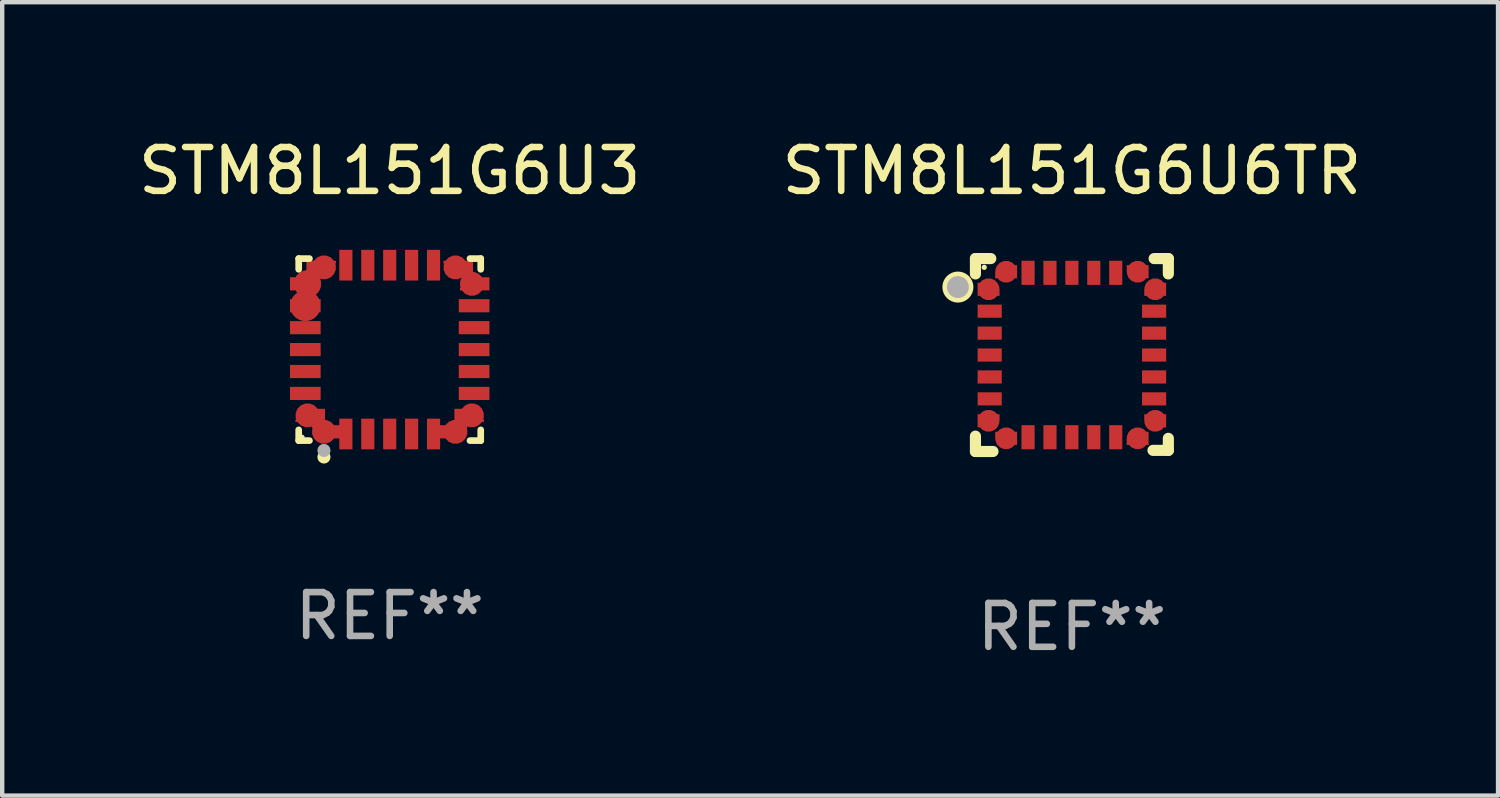
<source format=kicad_pcb>
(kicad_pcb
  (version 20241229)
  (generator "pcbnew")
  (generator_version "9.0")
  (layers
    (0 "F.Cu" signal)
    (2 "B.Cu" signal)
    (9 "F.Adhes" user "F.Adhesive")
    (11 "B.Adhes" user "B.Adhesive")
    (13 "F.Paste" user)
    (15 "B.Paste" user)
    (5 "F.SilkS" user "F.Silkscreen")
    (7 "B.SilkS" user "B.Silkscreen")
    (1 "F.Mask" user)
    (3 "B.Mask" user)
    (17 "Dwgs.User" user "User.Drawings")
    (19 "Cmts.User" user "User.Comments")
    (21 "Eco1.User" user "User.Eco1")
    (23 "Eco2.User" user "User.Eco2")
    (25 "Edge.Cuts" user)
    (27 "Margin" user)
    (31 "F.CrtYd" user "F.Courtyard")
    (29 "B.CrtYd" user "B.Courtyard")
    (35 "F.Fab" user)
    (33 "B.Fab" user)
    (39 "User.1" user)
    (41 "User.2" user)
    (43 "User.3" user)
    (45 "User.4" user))
  (footprint "STM8L151G6U3"
    (layer "F.Cu")
    (at 5.839 4.924)
    (property "Reference" "STM8L151G6U3" (at 0 -4.076 0) (layer "F.SilkS") (effects (font (size 1 1) (thickness 0.15))))
    (attr through_hole)
    (fp_line (start -2.076 -2.076) (end -1.831 -2.076) (stroke (width 0.152) (type solid)) (layer "F.SilkS"))
    (fp_line (start -2.076 -1.831) (end -2.076 -2.076) (stroke (width 0.152) (type solid)) (layer "F.SilkS"))
    (fp_line (start -2.076 1.831) (end -2.076 2.076) (stroke (width 0.152) (type solid)) (layer "F.SilkS"))
    (fp_line (start -2.076 2.076) (end -1.831 2.076) (stroke (width 0.152) (type solid)) (layer "F.SilkS"))
    (fp_line (start 2.076 -2.076) (end 1.831 -2.076) (stroke (width 0.152) (type solid)) (layer "F.SilkS"))
    (fp_line (start 2.076 -1.831) (end 2.076 -2.076) (stroke (width 0.152) (type solid)) (layer "F.SilkS"))
    (fp_line (start 2.076 1.831) (end 2.076 2.076) (stroke (width 0.152) (type solid)) (layer "F.SilkS"))
    (fp_line (start 2.076 2.076) (end 1.831 2.076) (stroke (width 0.152) (type solid)) (layer "F.SilkS"))
    (fp_circle (center -2 2) (end -1.97 2) (stroke (width 0.06) (type solid)) (fill no) (layer "F.SilkS"))
    (fp_circle (center -1.5 2.45) (end -1.425 2.45) (stroke (width 0.15) (type solid)) (fill no) (layer "F.SilkS"))
    (fp_circle (center -1.5 2.3) (end -1.425 2.3) (stroke (width 0.15) (type solid)) (fill no) (layer "F.Fab"))
    (fp_text user "REF**" (at 0 6.076 0) (layer "F.Fab") (effects (font (size 1 1) (thickness 0.15))))
    (pad "1" smd custom (at -1.5 1.875 90) (size 0.55 0.3) (layers "F.Cu" "F.Mask" "F.Paste") (options (anchor circle)) (primitives (gr_poly (pts (xy -0.15 -0.025) (xy -0.15 0.4) (xy 0.15 0.4) (xy 0.15 -0.275) (xy 0.1 -0.275)) (width 0) (fill yes))))
    (pad "2" smd rect (at -1 1.925) (size 0.3 0.7) (layers "F.Cu" "F.Mask" "F.Paste"))
    (pad "3" smd rect (at -0.5 1.925) (size 0.3 0.7) (layers "F.Cu" "F.Mask" "F.Paste"))
    (pad "4" smd rect (at 0 1.925) (size 0.3 0.7) (layers "F.Cu" "F.Mask" "F.Paste"))
    (pad "5" smd rect (at 0.5 1.925) (size 0.3 0.7) (layers "F.Cu" "F.Mask" "F.Paste"))
    (pad "6" smd rect (at 1 1.925) (size 0.3 0.7) (layers "F.Cu" "F.Mask" "F.Paste"))
    (pad "7" smd custom (at 1.5 1.875 270) (size 0.55 0.3) (layers "F.Cu" "F.Mask" "F.Paste") (options (anchor circle)) (primitives (gr_poly (pts (xy 0.15 -0.025) (xy 0.15 0.4) (xy -0.15 0.4) (xy -0.15 -0.275) (xy -0.1 -0.275)) (width 0) (fill yes))))
    (pad "8" smd custom (at 1.875 1.5 180) (size 0.55 0.3) (layers "F.Cu" "F.Mask" "F.Paste") (options (anchor circle)) (primitives (gr_poly (pts (xy -0.025 0.15) (xy 0.4 0.15) (xy 0.4 -0.15) (xy -0.275 -0.15) (xy -0.275 -0.1)) (width 0) (fill yes))))
    (pad "9" smd rect (at 1.925 1) (size 0.7 0.3) (layers "F.Cu" "F.Mask" "F.Paste"))
    (pad "10" smd rect (at 1.925 0.5) (size 0.7 0.3) (layers "F.Cu" "F.Mask" "F.Paste"))
    (pad "11" smd rect (at 1.925 0) (size 0.7 0.3) (layers "F.Cu" "F.Mask" "F.Paste"))
    (pad "12" smd rect (at 1.925 -0.5) (size 0.7 0.3) (layers "F.Cu" "F.Mask" "F.Paste"))
    (pad "13" smd rect (at 1.925 -1) (size 0.7 0.3) (layers "F.Cu" "F.Mask" "F.Paste"))
    (pad "14" smd custom (at 1.875 -1.5) (size 0.55 0.3) (layers "F.Cu" "F.Mask" "F.Paste") (options (anchor circle)) (primitives (gr_poly (pts (xy -0.025 -0.15) (xy 0.4 -0.15) (xy 0.4 0.15) (xy -0.275 0.15) (xy -0.275 0.1)) (width 0) (fill yes))))
    (pad "15" smd custom (at 1.5 -1.875 270) (size 0.55 0.3) (layers "F.Cu" "F.Mask" "F.Paste") (options (anchor circle)) (primitives (gr_poly (pts (xy 0.15 0.025) (xy 0.15 -0.4) (xy -0.15 -0.4) (xy -0.15 0.275) (xy -0.1 0.275)) (width 0) (fill yes))))
    (pad "16" smd rect (at 1 -1.925) (size 0.3 0.7) (layers "F.Cu" "F.Mask" "F.Paste"))
    (pad "17" smd rect (at 0.5 -1.925) (size 0.3 0.7) (layers "F.Cu" "F.Mask" "F.Paste"))
    (pad "18" smd rect (at 0 -1.925) (size 0.3 0.7) (layers "F.Cu" "F.Mask" "F.Paste"))
    (pad "19" smd rect (at -0.5 -1.925) (size 0.3 0.7) (layers "F.Cu" "F.Mask" "F.Paste"))
    (pad "20" smd rect (at -1 -1.925) (size 0.3 0.7) (layers "F.Cu" "F.Mask" "F.Paste"))
    (pad "21" smd custom (at -1.5 -1.875 90) (size 0.55 0.3) (layers "F.Cu" "F.Mask" "F.Paste") (options (anchor circle)) (primitives (gr_poly (pts (xy -0.15 0.025) (xy -0.15 -0.4) (xy 0.15 -0.4) (xy 0.15 0.275) (xy 0.1 0.275)) (width 0) (fill yes))))
    (pad "22" smd custom (at -1.875 -1.5) (size 0.625 0.3) (layers "F.Cu" "F.Mask" "F.Paste") (options (anchor circle)) (primitives (gr_poly (pts (xy 0.025 -0.15) (xy -0.4 -0.15) (xy -0.4 0.15) (xy 0.275 0.15) (xy 0.275 0.1)) (width 0) (fill yes))))
    (pad "23" smd custom (at -1.925 -1) (size 0.7 0.3) (layers "F.Cu" "F.Mask" "F.Paste") (options (anchor circle)) (primitives (gr_poly (pts (xy -0.35 -0.15) (xy 0.35 -0.15) (xy 0.35 0.15) (xy -0.35 0.15)) (width 0) (fill yes))))
    (pad "24" smd rect (at -1.925 -0.5) (size 0.7 0.3) (layers "F.Cu" "F.Mask" "F.Paste"))
    (pad "25" smd rect (at -1.925 0) (size 0.7 0.3) (layers "F.Cu" "F.Mask" "F.Paste"))
    (pad "26" smd rect (at -1.925 0.5) (size 0.7 0.3) (layers "F.Cu" "F.Mask" "F.Paste"))
    (pad "27" smd rect (at -1.925 1) (size 0.7 0.3) (layers "F.Cu" "F.Mask" "F.Paste"))
    (pad "28" smd custom (at -1.875 1.5 180) (size 0.55 0.3) (layers "F.Cu" "F.Mask" "F.Paste") (options (anchor circle)) (primitives (gr_poly (pts (xy 0.025 0.15) (xy -0.4 0.15) (xy -0.4 -0.15) (xy 0.275 -0.15) (xy 0.275 -0.1)) (width 0) (fill yes)))))
  (footprint "STM8L151G6U6TR"
    (layer "F.Cu")
    (at 21.399 5.048)
    (property "Reference" "STM8L151G6U6TR" (at 0 -4.2 0) (layer "F.SilkS") (effects (font (size 1 1) (thickness 0.15))))
    (attr through_hole)
    (fp_line (start -2.2 1.85) (end -2.2 2.2) (stroke (width 0.254) (type solid)) (layer "F.SilkS"))
    (fp_line (start -2.2 2.2) (end -1.8 2.2) (stroke (width 0.254) (type solid)) (layer "F.SilkS"))
    (fp_line (start -2.2 -2.2) (end -2.2 -1.85) (stroke (width 0.254) (type solid)) (layer "F.SilkS"))
    (fp_line (start -1.85 -2.2) (end -2.2 -2.2) (stroke (width 0.254) (type solid)) (layer "F.SilkS"))
    (fp_line (start 1.876 -2.2) (end 2.2 -2.2) (stroke (width 0.254) (type solid)) (layer "F.SilkS"))
    (fp_line (start 2.2 -2.2) (end 2.2 -1.85) (stroke (width 0.254) (type solid)) (layer "F.SilkS"))
    (fp_line (start 2.2 1.9) (end 2.2 2.175) (stroke (width 0.254) (type solid)) (layer "F.SilkS"))
    (fp_line (start 2.2 2.175) (end 1.85 2.175) (stroke (width 0.254) (type solid)) (layer "F.SilkS"))
    (fp_circle (center -2.6 -1.55) (end -2.5 -1.55) (stroke (width 0.254) (type solid)) (fill no) (layer "F.SilkS"))
    (fp_circle (center -2 -2) (end -1.97 -2) (stroke (width 0.06) (type solid)) (fill no) (layer "F.SilkS"))
    (fp_circle (center -2.6 -1.55) (end -2.475 -1.55) (stroke (width 0.25) (type solid)) (fill no) (layer "F.Fab"))
    (fp_text user "REF**" (at 0 6.2 0) (layer "F.Fab") (effects (font (size 1 1) (thickness 0.15))))
    (pad "1" smd custom (at -1.9 -1.5) (size 0.5 0.3) (layers "F.Cu" "F.Mask" "F.Paste") (options (anchor circle)) (primitives (gr_poly (pts (xy -0.25 0.15) (xy 0.25 0.15) (xy 0.25 -0.000076) (xy 0.1 -0.15) (xy -0.25 -0.15)) (width 0) (fill yes))))
    (pad "2" smd rect (at -1.875 -1 90) (size 0.3 0.55) (layers "F.Cu" "F.Mask" "F.Paste"))
    (pad "3" smd rect (at -1.875 -0.5 90) (size 0.3 0.55) (layers "F.Cu" "F.Mask" "F.Paste"))
    (pad "4" smd rect (at -1.875 -0.000152 90) (size 0.3 0.55) (layers "F.Cu" "F.Mask" "F.Paste"))
    (pad "5" smd rect (at -1.875 0.5 90) (size 0.3 0.55) (layers "F.Cu" "F.Mask" "F.Paste"))
    (pad "6" smd rect (at -1.875 1 90) (size 0.3 0.55) (layers "F.Cu" "F.Mask" "F.Paste"))
    (pad "7" smd custom (at -1.9 1.5) (size 0.5 0.3) (layers "F.Cu" "F.Mask" "F.Paste") (options (anchor circle)) (primitives (gr_poly (pts (xy -0.25 -0.15) (xy 0.25 -0.15) (xy 0.25 -0.000102) (xy 0.1 0.15) (xy -0.25 0.15)) (width 0) (fill yes))))
    (pad "8" smd custom (at -1.5 1.9 90) (size 0.5 0.3) (layers "F.Cu" "F.Mask" "F.Paste") (options (anchor circle)) (primitives (gr_poly (pts (xy 0.15 0.25) (xy 0.15 -0.25) (xy -0.000127 -0.25) (xy -0.15 -0.1) (xy -0.15 0.25)) (width 0) (fill yes))))
    (pad "9" smd rect (at -1 1.875) (size 0.3 0.55) (layers "F.Cu" "F.Mask" "F.Paste"))
    (pad "10" smd rect (at -0.5 1.875) (size 0.3 0.55) (layers "F.Cu" "F.Mask" "F.Paste"))
    (pad "11" smd rect (at -0.000152 1.875) (size 0.3 0.55) (layers "F.Cu" "F.Mask" "F.Paste"))
    (pad "12" smd rect (at 0.5 1.875) (size 0.3 0.55) (layers "F.Cu" "F.Mask" "F.Paste"))
    (pad "13" smd rect (at 1 1.875) (size 0.3 0.55) (layers "F.Cu" "F.Mask" "F.Paste"))
    (pad "14" smd custom (at 1.5 1.9 90) (size 0.5 0.3) (layers "F.Cu" "F.Mask" "F.Paste") (options (anchor circle)) (primitives (gr_poly (pts (xy -0.15 0.25) (xy -0.15 -0.25) (xy -0.000051 -0.25) (xy 0.15 -0.1) (xy 0.15 0.25)) (width 0) (fill yes))))
    (pad "15" smd custom (at 1.9 1.5) (size 0.5 0.3) (layers "F.Cu" "F.Mask" "F.Paste") (options (anchor circle)) (primitives (gr_poly (pts (xy 0.25 -0.15) (xy -0.25 -0.15) (xy -0.25 -0.000076) (xy -0.1 0.15) (xy 0.25 0.15)) (width 0) (fill yes))))
    (pad "16" smd rect (at 1.875 1 90) (size 0.3 0.55) (layers "F.Cu" "F.Mask" "F.Paste"))
    (pad "17" smd rect (at 1.875 0.5 90) (size 0.3 0.55) (layers "F.Cu" "F.Mask" "F.Paste"))
    (pad "18" smd rect (at 1.875 -0.000152 90) (size 0.3 0.55) (layers "F.Cu" "F.Mask" "F.Paste"))
    (pad "19" smd rect (at 1.875 -0.5 90) (size 0.3 0.55) (layers "F.Cu" "F.Mask" "F.Paste"))
    (pad "20" smd rect (at 1.875 -1 90) (size 0.3 0.55) (layers "F.Cu" "F.Mask" "F.Paste"))
    (pad "21" smd custom (at 1.9 -1.5) (size 0.5 0.3) (layers "F.Cu" "F.Mask" "F.Paste") (options (anchor circle)) (primitives (gr_poly (pts (xy 0.25 0.15) (xy -0.25 0.15) (xy -0.25 -0.000102) (xy -0.1 -0.15) (xy 0.25 -0.15)) (width 0) (fill yes))))
    (pad "22" smd custom (at 1.5 -1.9 270) (size 0.5 0.3) (layers "F.Cu" "F.Mask" "F.Paste") (options (anchor circle)) (primitives (gr_poly (pts (xy -0.15 -0.25) (xy -0.15 0.25) (xy 0.000025 0.25) (xy 0.15 0.1) (xy 0.15 -0.25)) (width 0) (fill yes))))
    (pad "23" smd rect (at 1 -1.875) (size 0.3 0.55) (layers "F.Cu" "F.Mask" "F.Paste"))
    (pad "24" smd rect (at 0.5 -1.875) (size 0.3 0.55) (layers "F.Cu" "F.Mask" "F.Paste"))
    (pad "25" smd rect (at -0.000152 -1.875) (size 0.3 0.55) (layers "F.Cu" "F.Mask" "F.Paste"))
    (pad "26" smd rect (at -0.5 -1.875) (size 0.3 0.55) (layers "F.Cu" "F.Mask" "F.Paste"))
    (pad "27" smd rect (at -1 -1.875) (size 0.3 0.55) (layers "F.Cu" "F.Mask" "F.Paste"))
    (pad "28" smd custom (at -1.5 -1.9 270) (size 0.5 0.3) (layers "F.Cu" "F.Mask" "F.Paste") (options (anchor circle)) (primitives (gr_poly (pts (xy 0.15 -0.25) (xy 0.15 0.25) (xy -0.000127 0.25) (xy -0.15 0.1) (xy -0.15 -0.25)) (width 0) (fill yes)))))
  (gr_rect
    (start -3 -3)
    (end 31.119 15.097)
    (stroke (width 0.1) (type default))
    (fill no)
    (layer "Edge.Cuts")))
</source>
